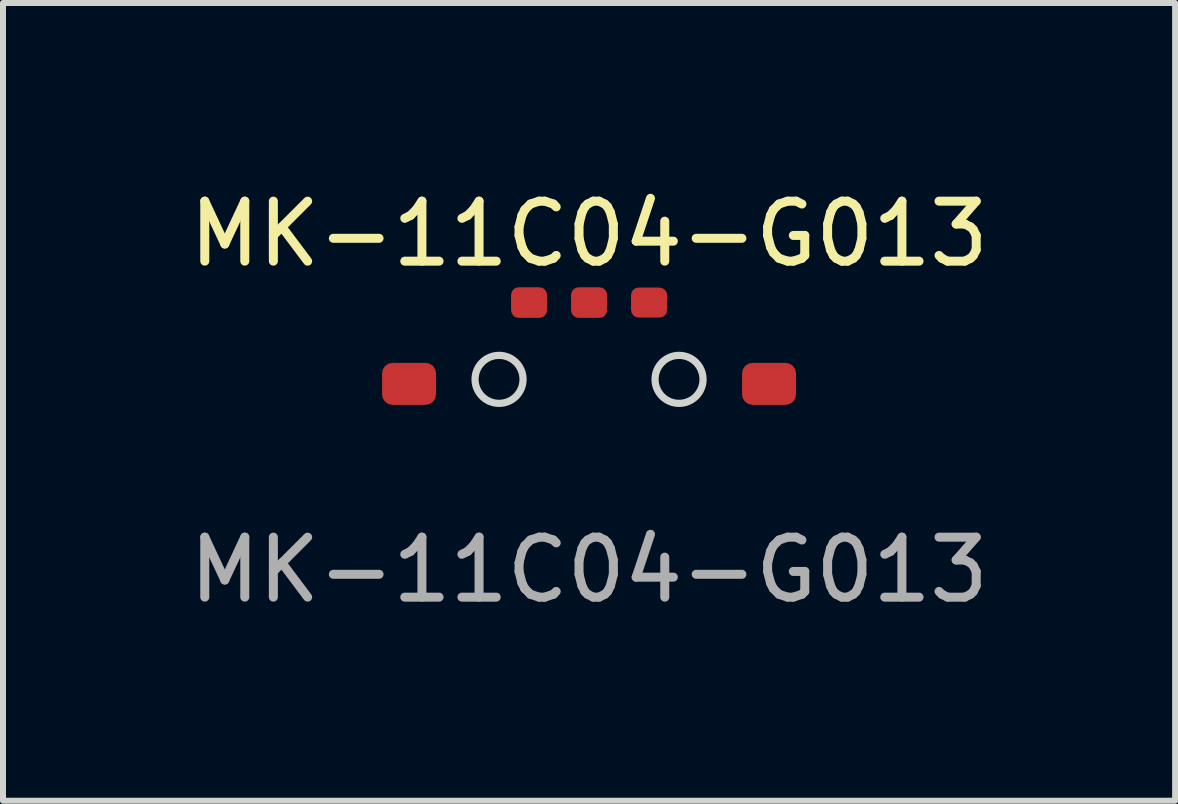
<source format=kicad_pcb>
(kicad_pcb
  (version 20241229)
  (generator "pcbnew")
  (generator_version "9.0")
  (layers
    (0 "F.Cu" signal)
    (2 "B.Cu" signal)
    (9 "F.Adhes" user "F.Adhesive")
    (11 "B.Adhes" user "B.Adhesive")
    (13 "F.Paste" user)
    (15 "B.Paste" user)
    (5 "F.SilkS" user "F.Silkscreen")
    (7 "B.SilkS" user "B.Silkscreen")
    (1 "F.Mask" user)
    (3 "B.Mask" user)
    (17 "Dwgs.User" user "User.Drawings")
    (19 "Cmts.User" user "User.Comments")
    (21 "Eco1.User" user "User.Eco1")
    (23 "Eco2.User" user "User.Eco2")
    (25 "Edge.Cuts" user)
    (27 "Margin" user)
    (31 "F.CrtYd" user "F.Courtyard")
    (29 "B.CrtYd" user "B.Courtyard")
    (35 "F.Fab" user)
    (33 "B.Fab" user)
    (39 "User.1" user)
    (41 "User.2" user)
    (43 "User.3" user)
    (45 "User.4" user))
  (footprint "MK-11C04-G013"
    (layer "F.Cu")
    (at 6.768 3.348)
    (property "Reference" "MK-11C04-G013" (at 0 -2.5 0) (unlocked yes) (layer "F.SilkS") (effects (font (size 1 1) (thickness 0.15))))
    (attr smd)
    (fp_circle (center -1.5 -0.075) (end -1.1 -0.075) (stroke (width 0.12) (type default)) (fill no) (layer "Edge.Cuts"))
    (fp_circle (center 1.5 -0.075) (end 1.9 -0.075) (stroke (width 0.12) (type default)) (fill no) (layer "Edge.Cuts"))
    (fp_text user "${REFERENCE}" (at 0 3.1 0) (unlocked yes) (layer "F.Fab") (effects (font (size 1 1) (thickness 0.15))))
    (pad "1" smd roundrect (at -1 -1.355) (size 0.6 0.51) (layers "F.Cu" "F.Mask" "F.Paste") (roundrect_rratio 0.25))
    (pad "2" smd roundrect (at 0 -1.355) (size 0.6 0.51) (layers "F.Cu" "F.Mask" "F.Paste") (roundrect_rratio 0.25))
    (pad "3" smd roundrect (at 1 -1.355) (size 0.6 0.5) (layers "F.Cu" "F.Mask" "F.Paste") (roundrect_rratio 0.25))
    (pad "4" smd roundrect (at -3 0) (size 0.9 0.7) (layers "F.Cu" "F.Mask" "F.Paste") (roundrect_rratio 0.25))
    (pad "5" smd roundrect (at 3 0) (size 0.9 0.7) (layers "F.Cu" "F.Mask" "F.Paste") (roundrect_rratio 0.25))
    (zone (net_name "") (layers "F.Cu" "B.Cu" "Edge.Cuts") (hatch edge 0.5) (connect_pads) (min_thickness 0.25) (filled_areas_thickness no) (keepout (tracks not_allowed) (vias not_allowed) (pads not_allowed) (copperpour not_allowed) (footprints allowed)) (placement (enabled no)) (fill) (polygon (pts (xy 5.268 3.698) (xy 8.268 3.698) (xy 8.268 2.248) (xy 5.268 2.248)))))
  (gr_rect
    (start -3 -3)
    (end 16.536 10.296)
    (stroke (width 0.1) (type default))
    (fill no)
    (layer "Edge.Cuts")))
</source>
